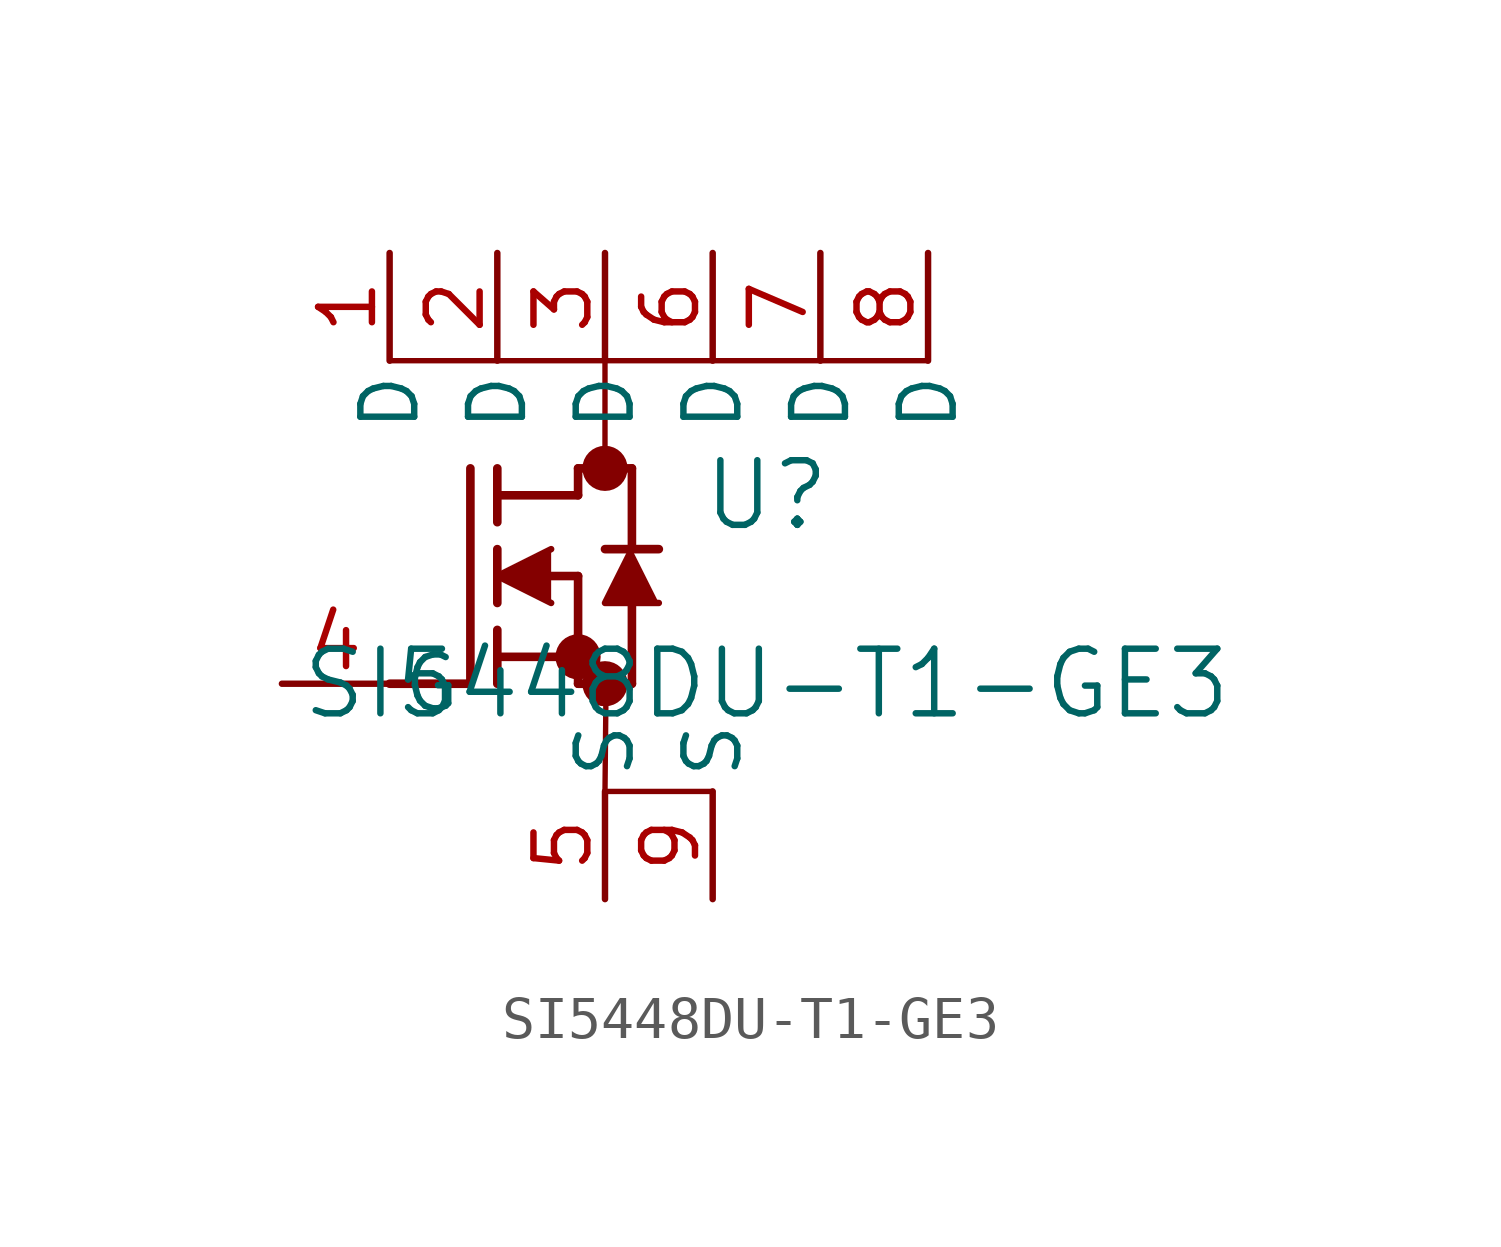
<source format=kicad_sym>
(kicad_symbol_lib
  (version 20211014)
  (generator kicad_symbol_editor)
  (symbol "SI5448DU-T1-GE3"
    (pin_names
      (offset 0.254))
    (property "Reference" "U"
      (at 11.43 4.445 0)
      (effects (font (size 1.524 1.524))))
    (property "Value" "SI5448DU-T1-GE3"
      (at 11.43 0 0)
      (effects (font (size 1.524 1.524))))
    (symbol "SI5448DU-T1-GE3_0_1"
      (polyline (pts (xy 2.54 0) (xy 4.445 0)) (stroke (width 0.203) (type default) (color 0 0 0 0)) (fill (type none)))
      (circle (center 7.62 5.08) (radius 0.025) (stroke (width 0.508) (type default) (color 0 0 0 0)) (fill (type none)))
      (circle (center 7.62 0) (radius 0.025) (stroke (width 0.508) (type default) (color 0 0 0 0)) (fill (type none)))
      (circle (center 6.985 0.635) (radius 0.025) (stroke (width 0.508) (type default) (color 0 0 0 0)) (fill (type none)))
      (polyline (pts (xy 4.445 0) (xy 4.445 5.08)) (stroke (width 0.203) (type default) (color 0 0 0 0)) (fill (type none)))
      (polyline (pts (xy 5.08 1.905) (xy 5.08 3.175)) (stroke (width 0.203) (type default) (color 0 0 0 0)) (fill (type none)))
      (polyline (pts (xy 5.08 0) (xy 5.08 1.27)) (stroke (width 0.203) (type default) (color 0 0 0 0)) (fill (type none)))
      (polyline (pts (xy 5.08 3.81) (xy 5.08 5.08)) (stroke (width 0.203) (type default) (color 0 0 0 0)) (fill (type none)))
      (polyline (pts (xy 6.35 2.54) (xy 6.985 2.54)) (stroke (width 0.203) (type default) (color 0 0 0 0)) (fill (type none)))
      (polyline (pts (xy 5.08 0.635) (xy 6.985 0.635)) (stroke (width 0.203) (type default) (color 0 0 0 0)) (fill (type none)))
      (polyline (pts (xy 6.985 0) (xy 6.985 2.54)) (stroke (width 0.203) (type default) (color 0 0 0 0)) (fill (type none)))
      (polyline (pts (xy 6.985 0) (xy 8.255 0)) (stroke (width 0.203) (type default) (color 0 0 0 0)) (fill (type none)))
      (polyline (pts (xy 5.08 4.445) (xy 6.985 4.445)) (stroke (width 0.203) (type default) (color 0 0 0 0)) (fill (type none)))
      (polyline (pts (xy 8.255 3.175) (xy 8.255 5.08)) (stroke (width 0.203) (type default) (color 0 0 0 0)) (fill (type none)))
      (polyline (pts (xy 6.35 3.175) (xy 5.08 2.54) (xy 6.35 1.905)) (stroke (width 0) (type default) (color 0 0 0 0)) (fill (type outline)))
      (polyline (pts (xy 8.89 1.905) (xy 7.62 1.905) (xy 8.255 3.175)) (stroke (width 0) (type default) (color 0 0 0 0)) (fill (type outline)))
      (polyline (pts (xy 8.255 0) (xy 8.255 1.905)) (stroke (width 0.203) (type default) (color 0 0 0 0)) (fill (type none)))
      (polyline (pts (xy 8.89 3.175) (xy 7.62 3.175)) (stroke (width 0.203) (type default) (color 0 0 0 0)) (fill (type none)))
      (polyline (pts (xy 6.985 5.08) (xy 8.255 5.08)) (stroke (width 0.203) (type default) (color 0 0 0 0)) (fill (type none)))
      (polyline (pts (xy 6.985 4.445) (xy 6.985 5.08)) (stroke (width 0.203) (type default) (color 0 0 0 0)) (fill (type none)))
      (polyline (pts (xy 2.54 7.62) (xy 15.24 7.62)) (stroke (width 0.127) (type default) (color 0 0 0 0)) (fill (type none)))
      (polyline (pts (xy 7.62 7.62) (xy 7.62 5.08)) (stroke (width 0.127) (type default) (color 0 0 0 0)) (fill (type none)))
      (polyline (pts (xy 7.62 -2.54) (xy 10.16 -2.54)) (stroke (width 0.127) (type default) (color 0 0 0 0)) (fill (type none)))
      (polyline (pts (xy 7.645 0) (xy 7.62 -2.54)) (stroke (width 0.127) (type default) (color 0 0 0 0)) (fill (type none)))
      (pin unspecified line (at 2.54 10.16 270) (length 2.54) (name "D" (effects (font (size 1.27 1.27)))) (number "1" (effects (font (size 1.27 1.27)))))
      (pin unspecified line (at 5.08 10.16 270) (length 2.54) (name "D" (effects (font (size 1.27 1.27)))) (number "2" (effects (font (size 1.27 1.27)))))
      (pin unspecified line (at 7.62 10.16 270) (length 2.54) (name "D" (effects (font (size 1.27 1.27)))) (number "3" (effects (font (size 1.27 1.27)))))
      (pin unspecified line (at 0 0 0) (length 2.54) (name "G" (effects (font (size 1.27 1.27)))) (number "4" (effects (font (size 1.27 1.27)))))
      (pin unspecified line (at 7.62 -5.08 90) (length 2.54) (name "S" (effects (font (size 1.27 1.27)))) (number "5" (effects (font (size 1.27 1.27)))))
      (pin unspecified line (at 10.16 10.16 270) (length 2.54) (name "D" (effects (font (size 1.27 1.27)))) (number "6" (effects (font (size 1.27 1.27)))))
      (pin unspecified line (at 12.7 10.16 270) (length 2.54) (name "D" (effects (font (size 1.27 1.27)))) (number "7" (effects (font (size 1.27 1.27)))))
      (pin unspecified line (at 15.24 10.16 270) (length 2.54) (name "D" (effects (font (size 1.27 1.27)))) (number "8" (effects (font (size 1.27 1.27)))))
      (pin unspecified line (at 10.16 -5.08 90) (length 2.54) (name "S" (effects (font (size 1.27 1.27)))) (number "9" (effects (font (size 1.27 1.27))))))))
</source>
